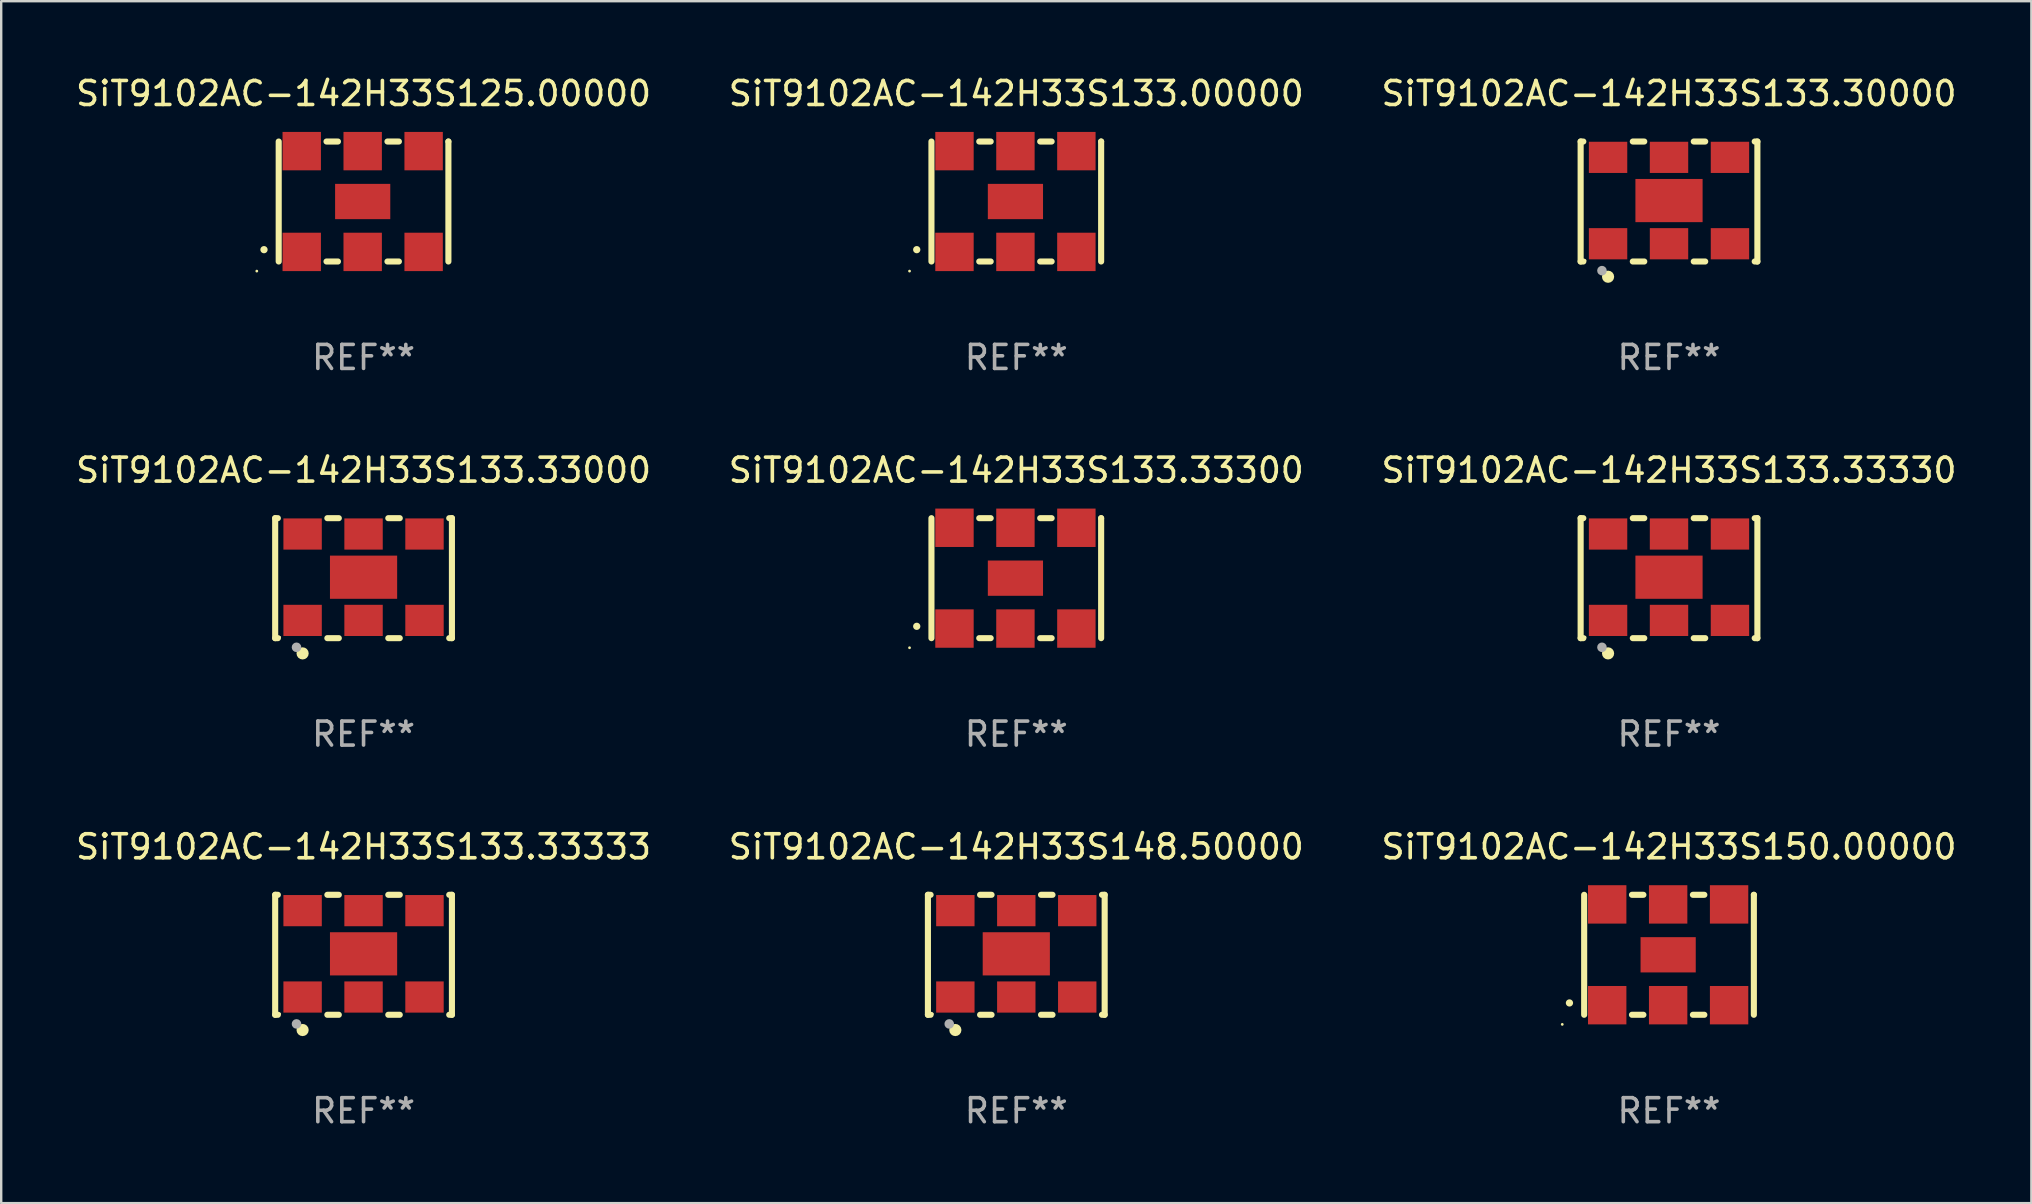
<source format=kicad_pcb>
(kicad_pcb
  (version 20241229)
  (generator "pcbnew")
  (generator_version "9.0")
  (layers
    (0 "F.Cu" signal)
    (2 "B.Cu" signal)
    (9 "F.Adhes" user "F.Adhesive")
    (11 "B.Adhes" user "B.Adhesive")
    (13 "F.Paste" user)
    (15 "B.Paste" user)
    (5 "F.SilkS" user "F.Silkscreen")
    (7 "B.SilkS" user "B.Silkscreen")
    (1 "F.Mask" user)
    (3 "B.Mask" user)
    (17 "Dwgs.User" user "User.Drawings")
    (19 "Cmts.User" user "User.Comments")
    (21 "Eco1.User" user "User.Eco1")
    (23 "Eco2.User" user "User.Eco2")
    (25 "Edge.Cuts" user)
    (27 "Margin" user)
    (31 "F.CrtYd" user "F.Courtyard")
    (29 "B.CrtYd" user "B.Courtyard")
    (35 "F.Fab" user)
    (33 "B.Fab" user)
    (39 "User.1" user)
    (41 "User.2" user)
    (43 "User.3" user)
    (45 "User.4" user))
  (footprint "SiT9102AC-142H33S150.00000"
    (layer "F.Cu")
    (at 66.506 36.741)
    (property "Reference" "SiT9102AC-142H33S150.00000" (at 0 -4.5 0) (layer "F.SilkS") (effects (font (size 1 1) (thickness 0.15))))
    (attr through_hole)
    (fp_line (start -3.536 -2.5) (end -3.536 2.5) (stroke (width 0.254) (type solid)) (layer "F.SilkS"))
    (fp_line (start -1.544 2.5) (end -1.067 2.5) (stroke (width 0.254) (type solid)) (layer "F.SilkS"))
    (fp_line (start -1.067 -2.5) (end -1.544 -2.5) (stroke (width 0.254) (type solid)) (layer "F.SilkS"))
    (fp_line (start 0.996 2.5) (end 1.473 2.5) (stroke (width 0.254) (type solid)) (layer "F.SilkS"))
    (fp_line (start 1.473 -2.5) (end 0.996 -2.5) (stroke (width 0.254) (type solid)) (layer "F.SilkS"))
    (fp_line (start 3.536 -2.5) (end 3.536 -2.5) (stroke (width 0.254) (type solid)) (layer "F.SilkS"))
    (fp_line (start 3.536 2.5) (end 3.536 -2.5) (stroke (width 0.254) (type solid)) (layer "F.SilkS"))
    (fp_arc (start -4.150432 2.006604) (mid -4.149162 2.006599) (end -4.147892 2.006604) (stroke (width 0.3) (type solid)) (layer "F.SilkS"))
    (fp_circle (center -4.449 2.9) (end -4.419 2.9) (stroke (width 0.06) (type solid)) (fill no) (layer "F.SilkS"))
    (fp_text user "REF**" (at 0 6.5 0) (layer "F.Fab") (effects (font (size 1 1) (thickness 0.15))))
    (pad "1" smd rect (at -2.576 2.1) (size 1.6 1.6) (layers "F.Cu" "F.Mask" "F.Paste"))
    (pad "2" smd rect (at -0.036 2.1) (size 1.6 1.6) (layers "F.Cu" "F.Mask" "F.Paste"))
    (pad "3" smd rect (at 2.504 2.1) (size 1.6 1.6) (layers "F.Cu" "F.Mask" "F.Paste"))
    (pad "4" smd rect (at 2.504 -2.1) (size 1.6 1.6) (layers "F.Cu" "F.Mask" "F.Paste"))
    (pad "5" smd rect (at -0.036 -2.1) (size 1.6 1.6) (layers "F.Cu" "F.Mask" "F.Paste"))
    (pad "6" smd rect (at -2.576 -2.1) (size 1.6 1.6) (layers "F.Cu" "F.Mask" "F.Paste"))
    (pad "7" smd rect (at -0.036 0) (size 2.3 1.47) (layers "F.Cu" "F.Mask" "F.Paste")))
  (footprint "SiT9102AC-142H33S133.30000"
    (layer "F.Cu")
    (at 66.506 5.348)
    (property "Reference" "SiT9102AC-142H33S133.30000" (at 0 -4.5 0) (layer "F.SilkS") (effects (font (size 1 1) (thickness 0.15))))
    (attr through_hole)
    (fp_line (start -3.683 -2.5) (end -3.571 -2.5) (stroke (width 0.254) (type solid)) (layer "F.SilkS"))
    (fp_line (start -3.683 2.5) (end -3.683 -2.5) (stroke (width 0.254) (type solid)) (layer "F.SilkS"))
    (fp_line (start -3.683 2.5) (end -3.571 2.5) (stroke (width 0.254) (type solid)) (layer "F.SilkS"))
    (fp_line (start -1.509 -2.5) (end -1.031 -2.5) (stroke (width 0.254) (type solid)) (layer "F.SilkS"))
    (fp_line (start -1.509 2.5) (end -1.031 2.5) (stroke (width 0.254) (type solid)) (layer "F.SilkS"))
    (fp_line (start 1.031 -2.5) (end 1.509 -2.5) (stroke (width 0.254) (type solid)) (layer "F.SilkS"))
    (fp_line (start 1.031 2.5) (end 1.509 2.5) (stroke (width 0.254) (type solid)) (layer "F.SilkS"))
    (fp_line (start 3.571 -2.5) (end 3.683 -2.5) (stroke (width 0.254) (type solid)) (layer "F.SilkS"))
    (fp_line (start 3.571 2.5) (end 3.683 2.5) (stroke (width 0.254) (type solid)) (layer "F.SilkS"))
    (fp_line (start 3.683 2.5) (end 3.683 -2.5) (stroke (width 0.254) (type solid)) (layer "F.SilkS"))
    (fp_circle (center -3.5 2.46) (end -3.47 2.46) (stroke (width 0.06) (type solid)) (fill no) (layer "F.SilkS"))
    (fp_circle (center -2.54 3.135) (end -2.413 3.135) (stroke (width 0.254) (type solid)) (fill no) (layer "F.SilkS"))
    (fp_circle (center -2.794 2.881) (end -2.694 2.881) (stroke (width 0.2) (type solid)) (fill no) (layer "F.Fab"))
    (fp_text user "REF**" (at 0 6.5 0) (layer "F.Fab") (effects (font (size 1 1) (thickness 0.15))))
    (pad "1" smd rect (at -2.54 1.76) (size 1.6 1.3) (layers "F.Cu" "F.Mask" "F.Paste"))
    (pad "2" smd rect (at 0 1.76) (size 1.6 1.3) (layers "F.Cu" "F.Mask" "F.Paste"))
    (pad "3" smd rect (at 2.54 1.76) (size 1.6 1.3) (layers "F.Cu" "F.Mask" "F.Paste"))
    (pad "4" smd rect (at 2.54 -1.84) (size 1.6 1.3) (layers "F.Cu" "F.Mask" "F.Paste"))
    (pad "5" smd rect (at 0 -1.84) (size 1.6 1.3) (layers "F.Cu" "F.Mask" "F.Paste"))
    (pad "6" smd rect (at -2.54 -1.84) (size 1.6 1.3) (layers "F.Cu" "F.Mask" "F.Paste"))
    (pad "7" smd rect (at 0 -0.04) (size 2.8 1.8) (layers "F.Cu" "F.Mask" "F.Paste")))
  (footprint "SiT9102AC-142H33S148.50000"
    (layer "F.Cu")
    (at 39.304 36.741)
    (property "Reference" "SiT9102AC-142H33S148.50000" (at 0 -4.5 0) (layer "F.SilkS") (effects (font (size 1 1) (thickness 0.15))))
    (attr through_hole)
    (fp_line (start -3.683 -2.5) (end -3.571 -2.5) (stroke (width 0.254) (type solid)) (layer "F.SilkS"))
    (fp_line (start -3.683 2.5) (end -3.683 -2.5) (stroke (width 0.254) (type solid)) (layer "F.SilkS"))
    (fp_line (start -3.683 2.5) (end -3.571 2.5) (stroke (width 0.254) (type solid)) (layer "F.SilkS"))
    (fp_line (start -1.509 -2.5) (end -1.031 -2.5) (stroke (width 0.254) (type solid)) (layer "F.SilkS"))
    (fp_line (start -1.509 2.5) (end -1.031 2.5) (stroke (width 0.254) (type solid)) (layer "F.SilkS"))
    (fp_line (start 1.031 -2.5) (end 1.509 -2.5) (stroke (width 0.254) (type solid)) (layer "F.SilkS"))
    (fp_line (start 1.031 2.5) (end 1.509 2.5) (stroke (width 0.254) (type solid)) (layer "F.SilkS"))
    (fp_line (start 3.571 -2.5) (end 3.683 -2.5) (stroke (width 0.254) (type solid)) (layer "F.SilkS"))
    (fp_line (start 3.571 2.5) (end 3.683 2.5) (stroke (width 0.254) (type solid)) (layer "F.SilkS"))
    (fp_line (start 3.683 2.5) (end 3.683 -2.5) (stroke (width 0.254) (type solid)) (layer "F.SilkS"))
    (fp_circle (center -3.5 2.46) (end -3.47 2.46) (stroke (width 0.06) (type solid)) (fill no) (layer "F.SilkS"))
    (fp_circle (center -2.54 3.135) (end -2.413 3.135) (stroke (width 0.254) (type solid)) (fill no) (layer "F.SilkS"))
    (fp_circle (center -2.794 2.881) (end -2.694 2.881) (stroke (width 0.2) (type solid)) (fill no) (layer "F.Fab"))
    (fp_text user "REF**" (at 0 6.5 0) (layer "F.Fab") (effects (font (size 1 1) (thickness 0.15))))
    (pad "1" smd rect (at -2.54 1.76) (size 1.6 1.3) (layers "F.Cu" "F.Mask" "F.Paste"))
    (pad "2" smd rect (at 0 1.76) (size 1.6 1.3) (layers "F.Cu" "F.Mask" "F.Paste"))
    (pad "3" smd rect (at 2.54 1.76) (size 1.6 1.3) (layers "F.Cu" "F.Mask" "F.Paste"))
    (pad "4" smd rect (at 2.54 -1.84) (size 1.6 1.3) (layers "F.Cu" "F.Mask" "F.Paste"))
    (pad "5" smd rect (at 0 -1.84) (size 1.6 1.3) (layers "F.Cu" "F.Mask" "F.Paste"))
    (pad "6" smd rect (at -2.54 -1.84) (size 1.6 1.3) (layers "F.Cu" "F.Mask" "F.Paste"))
    (pad "7" smd rect (at 0 -0.04) (size 2.8 1.8) (layers "F.Cu" "F.Mask" "F.Paste")))
  (footprint "SiT9102AC-142H33S133.00000"
    (layer "F.Cu")
    (at 39.304 5.348)
    (property "Reference" "SiT9102AC-142H33S133.00000" (at 0 -4.5 0) (layer "F.SilkS") (effects (font (size 1 1) (thickness 0.15))))
    (attr through_hole)
    (fp_line (start -3.536 -2.5) (end -3.536 2.5) (stroke (width 0.254) (type solid)) (layer "F.SilkS"))
    (fp_line (start -1.544 2.5) (end -1.067 2.5) (stroke (width 0.254) (type solid)) (layer "F.SilkS"))
    (fp_line (start -1.067 -2.5) (end -1.544 -2.5) (stroke (width 0.254) (type solid)) (layer "F.SilkS"))
    (fp_line (start 0.996 2.5) (end 1.473 2.5) (stroke (width 0.254) (type solid)) (layer "F.SilkS"))
    (fp_line (start 1.473 -2.5) (end 0.996 -2.5) (stroke (width 0.254) (type solid)) (layer "F.SilkS"))
    (fp_line (start 3.536 -2.5) (end 3.536 -2.5) (stroke (width 0.254) (type solid)) (layer "F.SilkS"))
    (fp_line (start 3.536 2.5) (end 3.536 -2.5) (stroke (width 0.254) (type solid)) (layer "F.SilkS"))
    (fp_arc (start -4.150432 2.006604) (mid -4.149162 2.006599) (end -4.147892 2.006604) (stroke (width 0.3) (type solid)) (layer "F.SilkS"))
    (fp_circle (center -4.449 2.9) (end -4.419 2.9) (stroke (width 0.06) (type solid)) (fill no) (layer "F.SilkS"))
    (fp_text user "REF**" (at 0 6.5 0) (layer "F.Fab") (effects (font (size 1 1) (thickness 0.15))))
    (pad "1" smd rect (at -2.576 2.1) (size 1.6 1.6) (layers "F.Cu" "F.Mask" "F.Paste"))
    (pad "2" smd rect (at -0.036 2.1) (size 1.6 1.6) (layers "F.Cu" "F.Mask" "F.Paste"))
    (pad "3" smd rect (at 2.504 2.1) (size 1.6 1.6) (layers "F.Cu" "F.Mask" "F.Paste"))
    (pad "4" smd rect (at 2.504 -2.1) (size 1.6 1.6) (layers "F.Cu" "F.Mask" "F.Paste"))
    (pad "5" smd rect (at -0.036 -2.1) (size 1.6 1.6) (layers "F.Cu" "F.Mask" "F.Paste"))
    (pad "6" smd rect (at -2.576 -2.1) (size 1.6 1.6) (layers "F.Cu" "F.Mask" "F.Paste"))
    (pad "7" smd rect (at -0.036 0) (size 2.3 1.47) (layers "F.Cu" "F.Mask" "F.Paste")))
  (footprint "SiT9102AC-142H33S125.00000"
    (layer "F.Cu")
    (at 12.101 5.348)
    (property "Reference" "SiT9102AC-142H33S125.00000" (at 0 -4.5 0) (layer "F.SilkS") (effects (font (size 1 1) (thickness 0.15))))
    (attr through_hole)
    (fp_line (start -3.536 -2.5) (end -3.536 2.5) (stroke (width 0.254) (type solid)) (layer "F.SilkS"))
    (fp_line (start -1.544 2.5) (end -1.067 2.5) (stroke (width 0.254) (type solid)) (layer "F.SilkS"))
    (fp_line (start -1.067 -2.5) (end -1.544 -2.5) (stroke (width 0.254) (type solid)) (layer "F.SilkS"))
    (fp_line (start 0.996 2.5) (end 1.473 2.5) (stroke (width 0.254) (type solid)) (layer "F.SilkS"))
    (fp_line (start 1.473 -2.5) (end 0.996 -2.5) (stroke (width 0.254) (type solid)) (layer "F.SilkS"))
    (fp_line (start 3.536 -2.5) (end 3.536 -2.5) (stroke (width 0.254) (type solid)) (layer "F.SilkS"))
    (fp_line (start 3.536 2.5) (end 3.536 -2.5) (stroke (width 0.254) (type solid)) (layer "F.SilkS"))
    (fp_arc (start -4.150432 2.006604) (mid -4.149162 2.006599) (end -4.147892 2.006604) (stroke (width 0.3) (type solid)) (layer "F.SilkS"))
    (fp_circle (center -4.449 2.9) (end -4.419 2.9) (stroke (width 0.06) (type solid)) (fill no) (layer "F.SilkS"))
    (fp_text user "REF**" (at 0 6.5 0) (layer "F.Fab") (effects (font (size 1 1) (thickness 0.15))))
    (pad "1" smd rect (at -2.576 2.1) (size 1.6 1.6) (layers "F.Cu" "F.Mask" "F.Paste"))
    (pad "2" smd rect (at -0.036 2.1) (size 1.6 1.6) (layers "F.Cu" "F.Mask" "F.Paste"))
    (pad "3" smd rect (at 2.504 2.1) (size 1.6 1.6) (layers "F.Cu" "F.Mask" "F.Paste"))
    (pad "4" smd rect (at 2.504 -2.1) (size 1.6 1.6) (layers "F.Cu" "F.Mask" "F.Paste"))
    (pad "5" smd rect (at -0.036 -2.1) (size 1.6 1.6) (layers "F.Cu" "F.Mask" "F.Paste"))
    (pad "6" smd rect (at -2.576 -2.1) (size 1.6 1.6) (layers "F.Cu" "F.Mask" "F.Paste"))
    (pad "7" smd rect (at -0.036 0) (size 2.3 1.47) (layers "F.Cu" "F.Mask" "F.Paste")))
  (footprint "SiT9102AC-142H33S133.33330"
    (layer "F.Cu")
    (at 66.506 21.045)
    (property "Reference" "SiT9102AC-142H33S133.33330" (at 0 -4.5 0) (layer "F.SilkS") (effects (font (size 1 1) (thickness 0.15))))
    (attr through_hole)
    (fp_line (start -3.683 -2.5) (end -3.571 -2.5) (stroke (width 0.254) (type solid)) (layer "F.SilkS"))
    (fp_line (start -3.683 2.5) (end -3.683 -2.5) (stroke (width 0.254) (type solid)) (layer "F.SilkS"))
    (fp_line (start -3.683 2.5) (end -3.571 2.5) (stroke (width 0.254) (type solid)) (layer "F.SilkS"))
    (fp_line (start -1.509 -2.5) (end -1.031 -2.5) (stroke (width 0.254) (type solid)) (layer "F.SilkS"))
    (fp_line (start -1.509 2.5) (end -1.031 2.5) (stroke (width 0.254) (type solid)) (layer "F.SilkS"))
    (fp_line (start 1.031 -2.5) (end 1.509 -2.5) (stroke (width 0.254) (type solid)) (layer "F.SilkS"))
    (fp_line (start 1.031 2.5) (end 1.509 2.5) (stroke (width 0.254) (type solid)) (layer "F.SilkS"))
    (fp_line (start 3.571 -2.5) (end 3.683 -2.5) (stroke (width 0.254) (type solid)) (layer "F.SilkS"))
    (fp_line (start 3.571 2.5) (end 3.683 2.5) (stroke (width 0.254) (type solid)) (layer "F.SilkS"))
    (fp_line (start 3.683 2.5) (end 3.683 -2.5) (stroke (width 0.254) (type solid)) (layer "F.SilkS"))
    (fp_circle (center -3.5 2.46) (end -3.47 2.46) (stroke (width 0.06) (type solid)) (fill no) (layer "F.SilkS"))
    (fp_circle (center -2.54 3.135) (end -2.413 3.135) (stroke (width 0.254) (type solid)) (fill no) (layer "F.SilkS"))
    (fp_circle (center -2.794 2.881) (end -2.694 2.881) (stroke (width 0.2) (type solid)) (fill no) (layer "F.Fab"))
    (fp_text user "REF**" (at 0 6.5 0) (layer "F.Fab") (effects (font (size 1 1) (thickness 0.15))))
    (pad "1" smd rect (at -2.54 1.76) (size 1.6 1.3) (layers "F.Cu" "F.Mask" "F.Paste"))
    (pad "2" smd rect (at 0 1.76) (size 1.6 1.3) (layers "F.Cu" "F.Mask" "F.Paste"))
    (pad "3" smd rect (at 2.54 1.76) (size 1.6 1.3) (layers "F.Cu" "F.Mask" "F.Paste"))
    (pad "4" smd rect (at 2.54 -1.84) (size 1.6 1.3) (layers "F.Cu" "F.Mask" "F.Paste"))
    (pad "5" smd rect (at 0 -1.84) (size 1.6 1.3) (layers "F.Cu" "F.Mask" "F.Paste"))
    (pad "6" smd rect (at -2.54 -1.84) (size 1.6 1.3) (layers "F.Cu" "F.Mask" "F.Paste"))
    (pad "7" smd rect (at 0 -0.04) (size 2.8 1.8) (layers "F.Cu" "F.Mask" "F.Paste")))
  (footprint "SiT9102AC-142H33S133.33333"
    (layer "F.Cu")
    (at 12.101 36.741)
    (property "Reference" "SiT9102AC-142H33S133.33333" (at 0 -4.5 0) (layer "F.SilkS") (effects (font (size 1 1) (thickness 0.15))))
    (attr through_hole)
    (fp_line (start -3.683 -2.5) (end -3.571 -2.5) (stroke (width 0.254) (type solid)) (layer "F.SilkS"))
    (fp_line (start -3.683 2.5) (end -3.683 -2.5) (stroke (width 0.254) (type solid)) (layer "F.SilkS"))
    (fp_line (start -3.683 2.5) (end -3.571 2.5) (stroke (width 0.254) (type solid)) (layer "F.SilkS"))
    (fp_line (start -1.509 -2.5) (end -1.031 -2.5) (stroke (width 0.254) (type solid)) (layer "F.SilkS"))
    (fp_line (start -1.509 2.5) (end -1.031 2.5) (stroke (width 0.254) (type solid)) (layer "F.SilkS"))
    (fp_line (start 1.031 -2.5) (end 1.509 -2.5) (stroke (width 0.254) (type solid)) (layer "F.SilkS"))
    (fp_line (start 1.031 2.5) (end 1.509 2.5) (stroke (width 0.254) (type solid)) (layer "F.SilkS"))
    (fp_line (start 3.571 -2.5) (end 3.683 -2.5) (stroke (width 0.254) (type solid)) (layer "F.SilkS"))
    (fp_line (start 3.571 2.5) (end 3.683 2.5) (stroke (width 0.254) (type solid)) (layer "F.SilkS"))
    (fp_line (start 3.683 2.5) (end 3.683 -2.5) (stroke (width 0.254) (type solid)) (layer "F.SilkS"))
    (fp_circle (center -3.5 2.46) (end -3.47 2.46) (stroke (width 0.06) (type solid)) (fill no) (layer "F.SilkS"))
    (fp_circle (center -2.54 3.135) (end -2.413 3.135) (stroke (width 0.254) (type solid)) (fill no) (layer "F.SilkS"))
    (fp_circle (center -2.794 2.881) (end -2.694 2.881) (stroke (width 0.2) (type solid)) (fill no) (layer "F.Fab"))
    (fp_text user "REF**" (at 0 6.5 0) (layer "F.Fab") (effects (font (size 1 1) (thickness 0.15))))
    (pad "1" smd rect (at -2.54 1.76) (size 1.6 1.3) (layers "F.Cu" "F.Mask" "F.Paste"))
    (pad "2" smd rect (at 0 1.76) (size 1.6 1.3) (layers "F.Cu" "F.Mask" "F.Paste"))
    (pad "3" smd rect (at 2.54 1.76) (size 1.6 1.3) (layers "F.Cu" "F.Mask" "F.Paste"))
    (pad "4" smd rect (at 2.54 -1.84) (size 1.6 1.3) (layers "F.Cu" "F.Mask" "F.Paste"))
    (pad "5" smd rect (at 0 -1.84) (size 1.6 1.3) (layers "F.Cu" "F.Mask" "F.Paste"))
    (pad "6" smd rect (at -2.54 -1.84) (size 1.6 1.3) (layers "F.Cu" "F.Mask" "F.Paste"))
    (pad "7" smd rect (at 0 -0.04) (size 2.8 1.8) (layers "F.Cu" "F.Mask" "F.Paste")))
  (footprint "SiT9102AC-142H33S133.33000"
    (layer "F.Cu")
    (at 12.101 21.045)
    (property "Reference" "SiT9102AC-142H33S133.33000" (at 0 -4.5 0) (layer "F.SilkS") (effects (font (size 1 1) (thickness 0.15))))
    (attr through_hole)
    (fp_line (start -3.683 -2.5) (end -3.571 -2.5) (stroke (width 0.254) (type solid)) (layer "F.SilkS"))
    (fp_line (start -3.683 2.5) (end -3.683 -2.5) (stroke (width 0.254) (type solid)) (layer "F.SilkS"))
    (fp_line (start -3.683 2.5) (end -3.571 2.5) (stroke (width 0.254) (type solid)) (layer "F.SilkS"))
    (fp_line (start -1.509 -2.5) (end -1.031 -2.5) (stroke (width 0.254) (type solid)) (layer "F.SilkS"))
    (fp_line (start -1.509 2.5) (end -1.031 2.5) (stroke (width 0.254) (type solid)) (layer "F.SilkS"))
    (fp_line (start 1.031 -2.5) (end 1.509 -2.5) (stroke (width 0.254) (type solid)) (layer "F.SilkS"))
    (fp_line (start 1.031 2.5) (end 1.509 2.5) (stroke (width 0.254) (type solid)) (layer "F.SilkS"))
    (fp_line (start 3.571 -2.5) (end 3.683 -2.5) (stroke (width 0.254) (type solid)) (layer "F.SilkS"))
    (fp_line (start 3.571 2.5) (end 3.683 2.5) (stroke (width 0.254) (type solid)) (layer "F.SilkS"))
    (fp_line (start 3.683 2.5) (end 3.683 -2.5) (stroke (width 0.254) (type solid)) (layer "F.SilkS"))
    (fp_circle (center -3.5 2.46) (end -3.47 2.46) (stroke (width 0.06) (type solid)) (fill no) (layer "F.SilkS"))
    (fp_circle (center -2.54 3.135) (end -2.413 3.135) (stroke (width 0.254) (type solid)) (fill no) (layer "F.SilkS"))
    (fp_circle (center -2.794 2.881) (end -2.694 2.881) (stroke (width 0.2) (type solid)) (fill no) (layer "F.Fab"))
    (fp_text user "REF**" (at 0 6.5 0) (layer "F.Fab") (effects (font (size 1 1) (thickness 0.15))))
    (pad "1" smd rect (at -2.54 1.76) (size 1.6 1.3) (layers "F.Cu" "F.Mask" "F.Paste"))
    (pad "2" smd rect (at 0 1.76) (size 1.6 1.3) (layers "F.Cu" "F.Mask" "F.Paste"))
    (pad "3" smd rect (at 2.54 1.76) (size 1.6 1.3) (layers "F.Cu" "F.Mask" "F.Paste"))
    (pad "4" smd rect (at 2.54 -1.84) (size 1.6 1.3) (layers "F.Cu" "F.Mask" "F.Paste"))
    (pad "5" smd rect (at 0 -1.84) (size 1.6 1.3) (layers "F.Cu" "F.Mask" "F.Paste"))
    (pad "6" smd rect (at -2.54 -1.84) (size 1.6 1.3) (layers "F.Cu" "F.Mask" "F.Paste"))
    (pad "7" smd rect (at 0 -0.04) (size 2.8 1.8) (layers "F.Cu" "F.Mask" "F.Paste")))
  (footprint "SiT9102AC-142H33S133.33300"
    (layer "F.Cu")
    (at 39.304 21.045)
    (property "Reference" "SiT9102AC-142H33S133.33300" (at 0 -4.5 0) (layer "F.SilkS") (effects (font (size 1 1) (thickness 0.15))))
    (attr through_hole)
    (fp_line (start -3.536 -2.5) (end -3.536 2.5) (stroke (width 0.254) (type solid)) (layer "F.SilkS"))
    (fp_line (start -1.544 2.5) (end -1.067 2.5) (stroke (width 0.254) (type solid)) (layer "F.SilkS"))
    (fp_line (start -1.067 -2.5) (end -1.544 -2.5) (stroke (width 0.254) (type solid)) (layer "F.SilkS"))
    (fp_line (start 0.996 2.5) (end 1.473 2.5) (stroke (width 0.254) (type solid)) (layer "F.SilkS"))
    (fp_line (start 1.473 -2.5) (end 0.996 -2.5) (stroke (width 0.254) (type solid)) (layer "F.SilkS"))
    (fp_line (start 3.536 -2.5) (end 3.536 -2.5) (stroke (width 0.254) (type solid)) (layer "F.SilkS"))
    (fp_line (start 3.536 2.5) (end 3.536 -2.5) (stroke (width 0.254) (type solid)) (layer "F.SilkS"))
    (fp_arc (start -4.150432 2.006604) (mid -4.149162 2.006599) (end -4.147892 2.006604) (stroke (width 0.3) (type solid)) (layer "F.SilkS"))
    (fp_circle (center -4.449 2.9) (end -4.419 2.9) (stroke (width 0.06) (type solid)) (fill no) (layer "F.SilkS"))
    (fp_text user "REF**" (at 0 6.5 0) (layer "F.Fab") (effects (font (size 1 1) (thickness 0.15))))
    (pad "1" smd rect (at -2.576 2.1) (size 1.6 1.6) (layers "F.Cu" "F.Mask" "F.Paste"))
    (pad "2" smd rect (at -0.036 2.1) (size 1.6 1.6) (layers "F.Cu" "F.Mask" "F.Paste"))
    (pad "3" smd rect (at 2.504 2.1) (size 1.6 1.6) (layers "F.Cu" "F.Mask" "F.Paste"))
    (pad "4" smd rect (at 2.504 -2.1) (size 1.6 1.6) (layers "F.Cu" "F.Mask" "F.Paste"))
    (pad "5" smd rect (at -0.036 -2.1) (size 1.6 1.6) (layers "F.Cu" "F.Mask" "F.Paste"))
    (pad "6" smd rect (at -2.576 -2.1) (size 1.6 1.6) (layers "F.Cu" "F.Mask" "F.Paste"))
    (pad "7" smd rect (at -0.036 0) (size 2.3 1.47) (layers "F.Cu" "F.Mask" "F.Paste")))
  (gr_rect
    (start -3 -3)
    (end 81.607 47.09)
    (stroke (width 0.1) (type default))
    (fill no)
    (layer "Edge.Cuts")))
</source>
